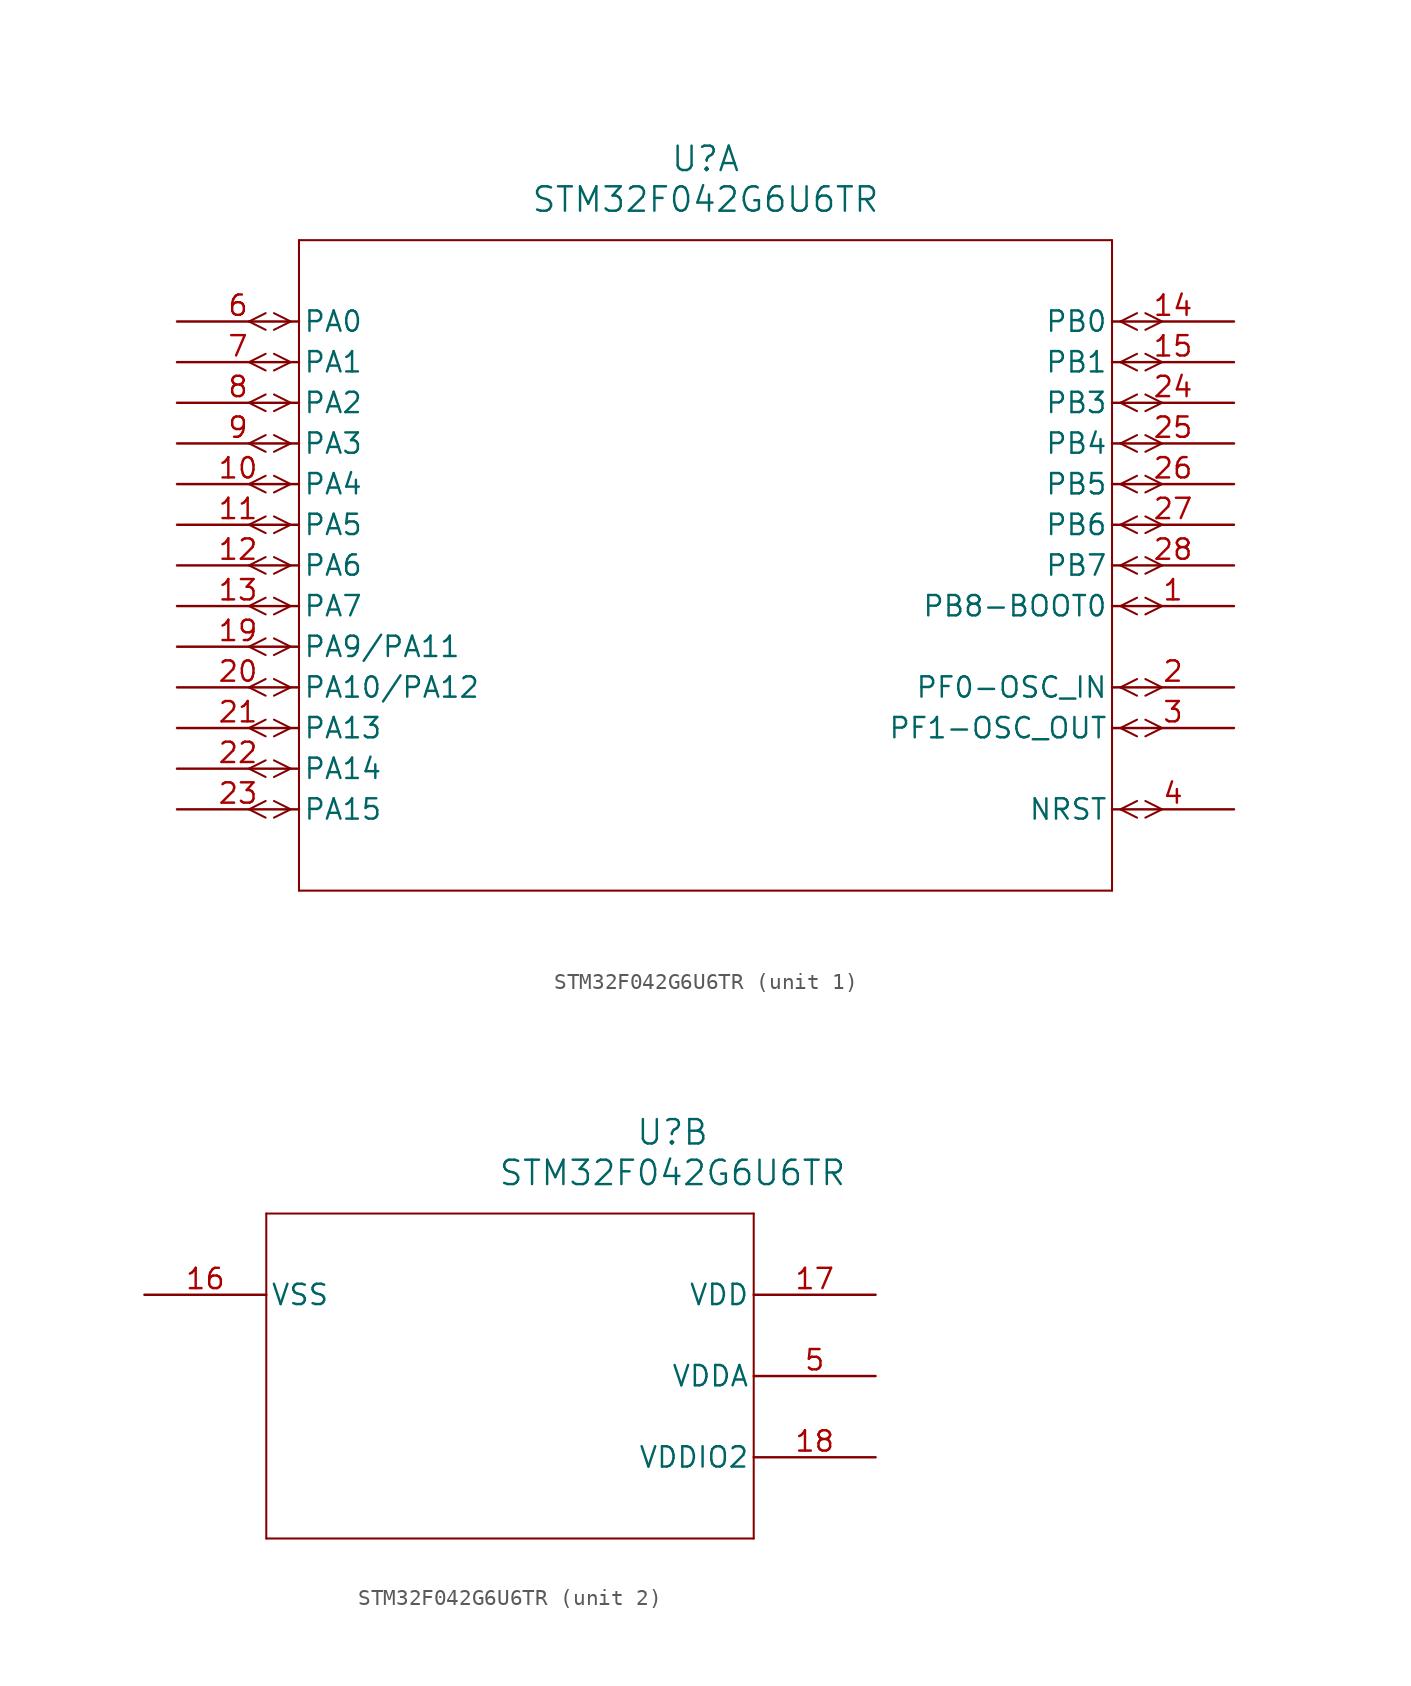
<source format=kicad_sym>
(kicad_symbol_lib
  (version 20211014)
  (generator kicad_symbol_editor)
  (symbol "STM32F042G6U6TR"
    (pin_names
      (offset 0.254))
    (property "Reference" "U"
      (at 33.02 10.16 0)
      (effects (font (size 1.524 1.524))))
    (property "Value" "STM32F042G6U6TR"
      (at 33.02 7.62 0)
      (effects (font (size 1.524 1.524))))
    (symbol "STM32F042G6U6TR_1_1"
      (polyline (pts (xy 7.099 0) (xy 6.058 0.521)) (stroke (width 0.127) (type default) (color 0 0 0 0)) (fill (type none)))
      (polyline (pts (xy 7.099 0) (xy 6.058 -0.521)) (stroke (width 0.127) (type default) (color 0 0 0 0)) (fill (type none)))
      (polyline (pts (xy 5.537 0.521) (xy 4.496 0)) (stroke (width 0.127) (type default) (color 0 0 0 0)) (fill (type none)))
      (polyline (pts (xy 5.537 -0.521) (xy 4.496 0)) (stroke (width 0.127) (type default) (color 0 0 0 0)) (fill (type none)))
      (polyline (pts (xy 7.099 -2.54) (xy 6.058 -2.019)) (stroke (width 0.127) (type default) (color 0 0 0 0)) (fill (type none)))
      (polyline (pts (xy 7.099 -2.54) (xy 6.058 -3.061)) (stroke (width 0.127) (type default) (color 0 0 0 0)) (fill (type none)))
      (polyline (pts (xy 5.537 -2.019) (xy 4.496 -2.54)) (stroke (width 0.127) (type default) (color 0 0 0 0)) (fill (type none)))
      (polyline (pts (xy 5.537 -3.061) (xy 4.496 -2.54)) (stroke (width 0.127) (type default) (color 0 0 0 0)) (fill (type none)))
      (polyline (pts (xy 7.099 -5.08) (xy 6.058 -4.559)) (stroke (width 0.127) (type default) (color 0 0 0 0)) (fill (type none)))
      (polyline (pts (xy 7.099 -5.08) (xy 6.058 -5.601)) (stroke (width 0.127) (type default) (color 0 0 0 0)) (fill (type none)))
      (polyline (pts (xy 5.537 -4.559) (xy 4.496 -5.08)) (stroke (width 0.127) (type default) (color 0 0 0 0)) (fill (type none)))
      (polyline (pts (xy 5.537 -5.601) (xy 4.496 -5.08)) (stroke (width 0.127) (type default) (color 0 0 0 0)) (fill (type none)))
      (polyline (pts (xy 7.099 -7.62) (xy 6.058 -7.099)) (stroke (width 0.127) (type default) (color 0 0 0 0)) (fill (type none)))
      (polyline (pts (xy 7.099 -7.62) (xy 6.058 -8.141)) (stroke (width 0.127) (type default) (color 0 0 0 0)) (fill (type none)))
      (polyline (pts (xy 5.537 -7.099) (xy 4.496 -7.62)) (stroke (width 0.127) (type default) (color 0 0 0 0)) (fill (type none)))
      (polyline (pts (xy 5.537 -8.141) (xy 4.496 -7.62)) (stroke (width 0.127) (type default) (color 0 0 0 0)) (fill (type none)))
      (polyline (pts (xy 7.099 -10.16) (xy 6.058 -9.639)) (stroke (width 0.127) (type default) (color 0 0 0 0)) (fill (type none)))
      (polyline (pts (xy 7.099 -10.16) (xy 6.058 -10.681)) (stroke (width 0.127) (type default) (color 0 0 0 0)) (fill (type none)))
      (polyline (pts (xy 5.537 -9.639) (xy 4.496 -10.16)) (stroke (width 0.127) (type default) (color 0 0 0 0)) (fill (type none)))
      (polyline (pts (xy 5.537 -10.681) (xy 4.496 -10.16)) (stroke (width 0.127) (type default) (color 0 0 0 0)) (fill (type none)))
      (polyline (pts (xy 7.099 -12.7) (xy 6.058 -12.179)) (stroke (width 0.127) (type default) (color 0 0 0 0)) (fill (type none)))
      (polyline (pts (xy 7.099 -12.7) (xy 6.058 -13.221)) (stroke (width 0.127) (type default) (color 0 0 0 0)) (fill (type none)))
      (polyline (pts (xy 5.537 -12.179) (xy 4.496 -12.7)) (stroke (width 0.127) (type default) (color 0 0 0 0)) (fill (type none)))
      (polyline (pts (xy 5.537 -13.221) (xy 4.496 -12.7)) (stroke (width 0.127) (type default) (color 0 0 0 0)) (fill (type none)))
      (polyline (pts (xy 7.099 -15.24) (xy 6.058 -14.719)) (stroke (width 0.127) (type default) (color 0 0 0 0)) (fill (type none)))
      (polyline (pts (xy 7.099 -15.24) (xy 6.058 -15.761)) (stroke (width 0.127) (type default) (color 0 0 0 0)) (fill (type none)))
      (polyline (pts (xy 5.537 -14.719) (xy 4.496 -15.24)) (stroke (width 0.127) (type default) (color 0 0 0 0)) (fill (type none)))
      (polyline (pts (xy 5.537 -15.761) (xy 4.496 -15.24)) (stroke (width 0.127) (type default) (color 0 0 0 0)) (fill (type none)))
      (polyline (pts (xy 7.099 -17.78) (xy 6.058 -17.259)) (stroke (width 0.127) (type default) (color 0 0 0 0)) (fill (type none)))
      (polyline (pts (xy 7.099 -17.78) (xy 6.058 -18.301)) (stroke (width 0.127) (type default) (color 0 0 0 0)) (fill (type none)))
      (polyline (pts (xy 5.537 -17.259) (xy 4.496 -17.78)) (stroke (width 0.127) (type default) (color 0 0 0 0)) (fill (type none)))
      (polyline (pts (xy 5.537 -18.301) (xy 4.496 -17.78)) (stroke (width 0.127) (type default) (color 0 0 0 0)) (fill (type none)))
      (polyline (pts (xy 7.099 -20.32) (xy 6.058 -19.799)) (stroke (width 0.127) (type default) (color 0 0 0 0)) (fill (type none)))
      (polyline (pts (xy 7.099 -20.32) (xy 6.058 -20.841)) (stroke (width 0.127) (type default) (color 0 0 0 0)) (fill (type none)))
      (polyline (pts (xy 5.537 -19.799) (xy 4.496 -20.32)) (stroke (width 0.127) (type default) (color 0 0 0 0)) (fill (type none)))
      (polyline (pts (xy 5.537 -20.841) (xy 4.496 -20.32)) (stroke (width 0.127) (type default) (color 0 0 0 0)) (fill (type none)))
      (polyline (pts (xy 7.099 -22.86) (xy 6.058 -22.339)) (stroke (width 0.127) (type default) (color 0 0 0 0)) (fill (type none)))
      (polyline (pts (xy 7.099 -22.86) (xy 6.058 -23.381)) (stroke (width 0.127) (type default) (color 0 0 0 0)) (fill (type none)))
      (polyline (pts (xy 5.537 -22.339) (xy 4.496 -22.86)) (stroke (width 0.127) (type default) (color 0 0 0 0)) (fill (type none)))
      (polyline (pts (xy 5.537 -23.381) (xy 4.496 -22.86)) (stroke (width 0.127) (type default) (color 0 0 0 0)) (fill (type none)))
      (polyline (pts (xy 7.099 -25.4) (xy 6.058 -24.879)) (stroke (width 0.127) (type default) (color 0 0 0 0)) (fill (type none)))
      (polyline (pts (xy 7.099 -25.4) (xy 6.058 -25.921)) (stroke (width 0.127) (type default) (color 0 0 0 0)) (fill (type none)))
      (polyline (pts (xy 5.537 -24.879) (xy 4.496 -25.4)) (stroke (width 0.127) (type default) (color 0 0 0 0)) (fill (type none)))
      (polyline (pts (xy 5.537 -25.921) (xy 4.496 -25.4)) (stroke (width 0.127) (type default) (color 0 0 0 0)) (fill (type none)))
      (polyline (pts (xy 7.099 -27.94) (xy 6.058 -27.419)) (stroke (width 0.127) (type default) (color 0 0 0 0)) (fill (type none)))
      (polyline (pts (xy 7.099 -27.94) (xy 6.058 -28.461)) (stroke (width 0.127) (type default) (color 0 0 0 0)) (fill (type none)))
      (polyline (pts (xy 5.537 -27.419) (xy 4.496 -27.94)) (stroke (width 0.127) (type default) (color 0 0 0 0)) (fill (type none)))
      (polyline (pts (xy 5.537 -28.461) (xy 4.496 -27.94)) (stroke (width 0.127) (type default) (color 0 0 0 0)) (fill (type none)))
      (polyline (pts (xy 7.099 -30.48) (xy 6.058 -29.959)) (stroke (width 0.127) (type default) (color 0 0 0 0)) (fill (type none)))
      (polyline (pts (xy 7.099 -30.48) (xy 6.058 -31.001)) (stroke (width 0.127) (type default) (color 0 0 0 0)) (fill (type none)))
      (polyline (pts (xy 5.537 -29.959) (xy 4.496 -30.48)) (stroke (width 0.127) (type default) (color 0 0 0 0)) (fill (type none)))
      (polyline (pts (xy 5.537 -31.001) (xy 4.496 -30.48)) (stroke (width 0.127) (type default) (color 0 0 0 0)) (fill (type none)))
      (polyline (pts (xy 58.941 0) (xy 59.982 0.521)) (stroke (width 0.127) (type default) (color 0 0 0 0)) (fill (type none)))
      (polyline (pts (xy 58.941 0) (xy 59.982 -0.521)) (stroke (width 0.127) (type default) (color 0 0 0 0)) (fill (type none)))
      (polyline (pts (xy 60.503 0.521) (xy 61.544 0)) (stroke (width 0.127) (type default) (color 0 0 0 0)) (fill (type none)))
      (polyline (pts (xy 60.503 -0.521) (xy 61.544 0)) (stroke (width 0.127) (type default) (color 0 0 0 0)) (fill (type none)))
      (polyline (pts (xy 58.941 -2.54) (xy 59.982 -2.019)) (stroke (width 0.127) (type default) (color 0 0 0 0)) (fill (type none)))
      (polyline (pts (xy 58.941 -2.54) (xy 59.982 -3.061)) (stroke (width 0.127) (type default) (color 0 0 0 0)) (fill (type none)))
      (polyline (pts (xy 60.503 -2.019) (xy 61.544 -2.54)) (stroke (width 0.127) (type default) (color 0 0 0 0)) (fill (type none)))
      (polyline (pts (xy 60.503 -3.061) (xy 61.544 -2.54)) (stroke (width 0.127) (type default) (color 0 0 0 0)) (fill (type none)))
      (polyline (pts (xy 58.941 -5.08) (xy 59.982 -4.559)) (stroke (width 0.127) (type default) (color 0 0 0 0)) (fill (type none)))
      (polyline (pts (xy 58.941 -5.08) (xy 59.982 -5.601)) (stroke (width 0.127) (type default) (color 0 0 0 0)) (fill (type none)))
      (polyline (pts (xy 60.503 -4.559) (xy 61.544 -5.08)) (stroke (width 0.127) (type default) (color 0 0 0 0)) (fill (type none)))
      (polyline (pts (xy 60.503 -5.601) (xy 61.544 -5.08)) (stroke (width 0.127) (type default) (color 0 0 0 0)) (fill (type none)))
      (polyline (pts (xy 58.941 -7.62) (xy 59.982 -7.099)) (stroke (width 0.127) (type default) (color 0 0 0 0)) (fill (type none)))
      (polyline (pts (xy 58.941 -7.62) (xy 59.982 -8.141)) (stroke (width 0.127) (type default) (color 0 0 0 0)) (fill (type none)))
      (polyline (pts (xy 60.503 -7.099) (xy 61.544 -7.62)) (stroke (width 0.127) (type default) (color 0 0 0 0)) (fill (type none)))
      (polyline (pts (xy 60.503 -8.141) (xy 61.544 -7.62)) (stroke (width 0.127) (type default) (color 0 0 0 0)) (fill (type none)))
      (polyline (pts (xy 58.941 -10.16) (xy 59.982 -9.639)) (stroke (width 0.127) (type default) (color 0 0 0 0)) (fill (type none)))
      (polyline (pts (xy 58.941 -10.16) (xy 59.982 -10.681)) (stroke (width 0.127) (type default) (color 0 0 0 0)) (fill (type none)))
      (polyline (pts (xy 60.503 -9.639) (xy 61.544 -10.16)) (stroke (width 0.127) (type default) (color 0 0 0 0)) (fill (type none)))
      (polyline (pts (xy 60.503 -10.681) (xy 61.544 -10.16)) (stroke (width 0.127) (type default) (color 0 0 0 0)) (fill (type none)))
      (polyline (pts (xy 58.941 -12.7) (xy 59.982 -12.179)) (stroke (width 0.127) (type default) (color 0 0 0 0)) (fill (type none)))
      (polyline (pts (xy 58.941 -12.7) (xy 59.982 -13.221)) (stroke (width 0.127) (type default) (color 0 0 0 0)) (fill (type none)))
      (polyline (pts (xy 60.503 -12.179) (xy 61.544 -12.7)) (stroke (width 0.127) (type default) (color 0 0 0 0)) (fill (type none)))
      (polyline (pts (xy 60.503 -13.221) (xy 61.544 -12.7)) (stroke (width 0.127) (type default) (color 0 0 0 0)) (fill (type none)))
      (polyline (pts (xy 58.941 -15.24) (xy 59.982 -14.719)) (stroke (width 0.127) (type default) (color 0 0 0 0)) (fill (type none)))
      (polyline (pts (xy 58.941 -15.24) (xy 59.982 -15.761)) (stroke (width 0.127) (type default) (color 0 0 0 0)) (fill (type none)))
      (polyline (pts (xy 60.503 -14.719) (xy 61.544 -15.24)) (stroke (width 0.127) (type default) (color 0 0 0 0)) (fill (type none)))
      (polyline (pts (xy 60.503 -15.761) (xy 61.544 -15.24)) (stroke (width 0.127) (type default) (color 0 0 0 0)) (fill (type none)))
      (polyline (pts (xy 58.941 -17.78) (xy 59.982 -17.259)) (stroke (width 0.127) (type default) (color 0 0 0 0)) (fill (type none)))
      (polyline (pts (xy 58.941 -17.78) (xy 59.982 -18.301)) (stroke (width 0.127) (type default) (color 0 0 0 0)) (fill (type none)))
      (polyline (pts (xy 60.503 -17.259) (xy 61.544 -17.78)) (stroke (width 0.127) (type default) (color 0 0 0 0)) (fill (type none)))
      (polyline (pts (xy 60.503 -18.301) (xy 61.544 -17.78)) (stroke (width 0.127) (type default) (color 0 0 0 0)) (fill (type none)))
      (polyline (pts (xy 58.941 -22.86) (xy 59.982 -22.339)) (stroke (width 0.127) (type default) (color 0 0 0 0)) (fill (type none)))
      (polyline (pts (xy 58.941 -22.86) (xy 59.982 -23.381)) (stroke (width 0.127) (type default) (color 0 0 0 0)) (fill (type none)))
      (polyline (pts (xy 60.503 -22.339) (xy 61.544 -22.86)) (stroke (width 0.127) (type default) (color 0 0 0 0)) (fill (type none)))
      (polyline (pts (xy 60.503 -23.381) (xy 61.544 -22.86)) (stroke (width 0.127) (type default) (color 0 0 0 0)) (fill (type none)))
      (polyline (pts (xy 58.941 -25.4) (xy 59.982 -24.879)) (stroke (width 0.127) (type default) (color 0 0 0 0)) (fill (type none)))
      (polyline (pts (xy 58.941 -25.4) (xy 59.982 -25.921)) (stroke (width 0.127) (type default) (color 0 0 0 0)) (fill (type none)))
      (polyline (pts (xy 60.503 -24.879) (xy 61.544 -25.4)) (stroke (width 0.127) (type default) (color 0 0 0 0)) (fill (type none)))
      (polyline (pts (xy 60.503 -25.921) (xy 61.544 -25.4)) (stroke (width 0.127) (type default) (color 0 0 0 0)) (fill (type none)))
      (polyline (pts (xy 58.941 -30.48) (xy 59.982 -29.959)) (stroke (width 0.127) (type default) (color 0 0 0 0)) (fill (type none)))
      (polyline (pts (xy 58.941 -30.48) (xy 59.982 -31.001)) (stroke (width 0.127) (type default) (color 0 0 0 0)) (fill (type none)))
      (polyline (pts (xy 60.503 -29.959) (xy 61.544 -30.48)) (stroke (width 0.127) (type default) (color 0 0 0 0)) (fill (type none)))
      (polyline (pts (xy 60.503 -31.001) (xy 61.544 -30.48)) (stroke (width 0.127) (type default) (color 0 0 0 0)) (fill (type none)))
      (polyline (pts (xy 7.62 5.08) (xy 7.62 -35.56)) (stroke (width 0.127) (type default) (color 0 0 0 0)) (fill (type none)))
      (polyline (pts (xy 7.62 -35.56) (xy 58.42 -35.56)) (stroke (width 0.127) (type default) (color 0 0 0 0)) (fill (type none)))
      (polyline (pts (xy 58.42 -35.56) (xy 58.42 5.08)) (stroke (width 0.127) (type default) (color 0 0 0 0)) (fill (type none)))
      (polyline (pts (xy 58.42 5.08) (xy 7.62 5.08)) (stroke (width 0.127) (type default) (color 0 0 0 0)) (fill (type none)))
      (pin bidirectional line (at 66.04 -17.78 180) (length 7.62) (name "PB8-BOOT0" (effects (font (size 1.27 1.27)))) (number "1" (effects (font (size 1.27 1.27)))))
      (pin bidirectional line (at 66.04 -22.86 180) (length 7.62) (name "PF0-OSC_IN" (effects (font (size 1.27 1.27)))) (number "2" (effects (font (size 1.27 1.27)))))
      (pin bidirectional line (at 66.04 -25.4 180) (length 7.62) (name "PF1-OSC_OUT" (effects (font (size 1.27 1.27)))) (number "3" (effects (font (size 1.27 1.27)))))
      (pin bidirectional line (at 66.04 -30.48 180) (length 7.62) (name "NRST" (effects (font (size 1.27 1.27)))) (number "4" (effects (font (size 1.27 1.27)))))
      (pin bidirectional line (at 0 0 0) (length 7.62) (name "PA0" (effects (font (size 1.27 1.27)))) (number "6" (effects (font (size 1.27 1.27)))))
      (pin bidirectional line (at 0 -2.54 0) (length 7.62) (name "PA1" (effects (font (size 1.27 1.27)))) (number "7" (effects (font (size 1.27 1.27)))))
      (pin bidirectional line (at 0 -5.08 0) (length 7.62) (name "PA2" (effects (font (size 1.27 1.27)))) (number "8" (effects (font (size 1.27 1.27)))))
      (pin bidirectional line (at 0 -7.62 0) (length 7.62) (name "PA3" (effects (font (size 1.27 1.27)))) (number "9" (effects (font (size 1.27 1.27)))))
      (pin bidirectional line (at 0 -10.16 0) (length 7.62) (name "PA4" (effects (font (size 1.27 1.27)))) (number "10" (effects (font (size 1.27 1.27)))))
      (pin bidirectional line (at 0 -12.7 0) (length 7.62) (name "PA5" (effects (font (size 1.27 1.27)))) (number "11" (effects (font (size 1.27 1.27)))))
      (pin bidirectional line (at 0 -15.24 0) (length 7.62) (name "PA6" (effects (font (size 1.27 1.27)))) (number "12" (effects (font (size 1.27 1.27)))))
      (pin bidirectional line (at 0 -17.78 0) (length 7.62) (name "PA7" (effects (font (size 1.27 1.27)))) (number "13" (effects (font (size 1.27 1.27)))))
      (pin bidirectional line (at 66.04 0 180) (length 7.62) (name "PB0" (effects (font (size 1.27 1.27)))) (number "14" (effects (font (size 1.27 1.27)))))
      (pin bidirectional line (at 66.04 -2.54 180) (length 7.62) (name "PB1" (effects (font (size 1.27 1.27)))) (number "15" (effects (font (size 1.27 1.27)))))
      (pin bidirectional line (at 0 -20.32 0) (length 7.62) (name "PA9/PA11" (effects (font (size 1.27 1.27)))) (number "19" (effects (font (size 1.27 1.27)))))
      (pin bidirectional line (at 0 -22.86 0) (length 7.62) (name "PA10/PA12" (effects (font (size 1.27 1.27)))) (number "20" (effects (font (size 1.27 1.27)))))
      (pin bidirectional line (at 0 -25.4 0) (length 7.62) (name "PA13" (effects (font (size 1.27 1.27)))) (number "21" (effects (font (size 1.27 1.27)))))
      (pin bidirectional line (at 0 -27.94 0) (length 7.62) (name "PA14" (effects (font (size 1.27 1.27)))) (number "22" (effects (font (size 1.27 1.27)))))
      (pin bidirectional line (at 0 -30.48 0) (length 7.62) (name "PA15" (effects (font (size 1.27 1.27)))) (number "23" (effects (font (size 1.27 1.27)))))
      (pin bidirectional line (at 66.04 -5.08 180) (length 7.62) (name "PB3" (effects (font (size 1.27 1.27)))) (number "24" (effects (font (size 1.27 1.27)))))
      (pin bidirectional line (at 66.04 -7.62 180) (length 7.62) (name "PB4" (effects (font (size 1.27 1.27)))) (number "25" (effects (font (size 1.27 1.27)))))
      (pin bidirectional line (at 66.04 -10.16 180) (length 7.62) (name "PB5" (effects (font (size 1.27 1.27)))) (number "26" (effects (font (size 1.27 1.27)))))
      (pin bidirectional line (at 66.04 -12.7 180) (length 7.62) (name "PB6" (effects (font (size 1.27 1.27)))) (number "27" (effects (font (size 1.27 1.27)))))
      (pin bidirectional line (at 66.04 -15.24 180) (length 7.62) (name "PB7" (effects (font (size 1.27 1.27)))) (number "28" (effects (font (size 1.27 1.27))))))
    (symbol "STM32F042G6U6TR_2_1"
      (polyline (pts (xy 7.62 5.08) (xy 7.62 -15.24)) (stroke (width 0.127) (type default) (color 0 0 0 0)) (fill (type none)))
      (polyline (pts (xy 7.62 -15.24) (xy 38.1 -15.24)) (stroke (width 0.127) (type default) (color 0 0 0 0)) (fill (type none)))
      (polyline (pts (xy 38.1 -15.24) (xy 38.1 5.08)) (stroke (width 0.127) (type default) (color 0 0 0 0)) (fill (type none)))
      (polyline (pts (xy 38.1 5.08) (xy 7.62 5.08)) (stroke (width 0.127) (type default) (color 0 0 0 0)) (fill (type none)))
      (pin power_in line (at 45.72 -5.08 180) (length 7.62) (name "VDDA" (effects (font (size 1.27 1.27)))) (number "5" (effects (font (size 1.27 1.27)))))
      (pin power_in line (at 0 0 0) (length 7.62) (name "VSS" (effects (font (size 1.27 1.27)))) (number "16" (effects (font (size 1.27 1.27)))))
      (pin power_in line (at 45.72 0 180) (length 7.62) (name "VDD" (effects (font (size 1.27 1.27)))) (number "17" (effects (font (size 1.27 1.27)))))
      (pin power_in line (at 45.72 -10.16 180) (length 7.62) (name "VDDIO2" (effects (font (size 1.27 1.27)))) (number "18" (effects (font (size 1.27 1.27))))))))
</source>
